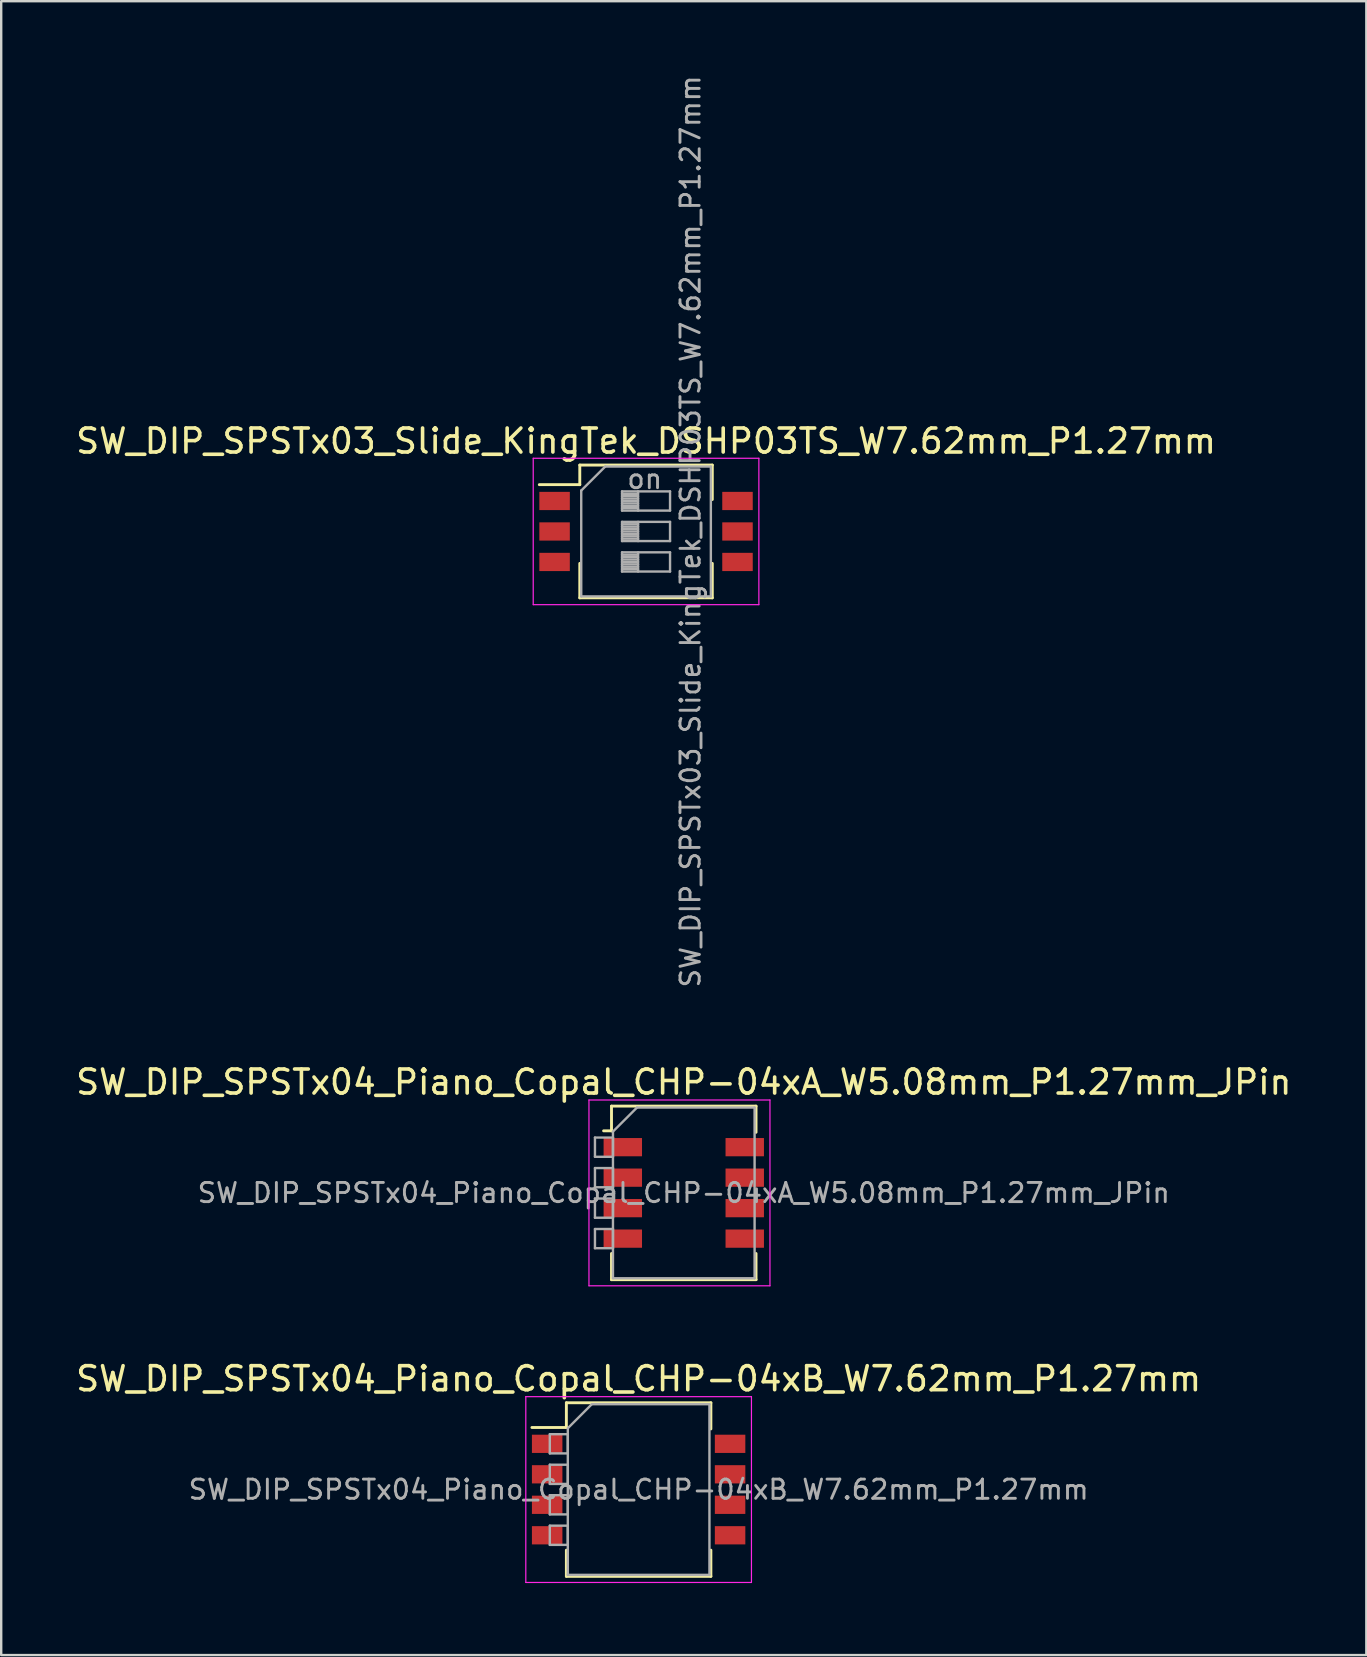
<source format=kicad_pcb>
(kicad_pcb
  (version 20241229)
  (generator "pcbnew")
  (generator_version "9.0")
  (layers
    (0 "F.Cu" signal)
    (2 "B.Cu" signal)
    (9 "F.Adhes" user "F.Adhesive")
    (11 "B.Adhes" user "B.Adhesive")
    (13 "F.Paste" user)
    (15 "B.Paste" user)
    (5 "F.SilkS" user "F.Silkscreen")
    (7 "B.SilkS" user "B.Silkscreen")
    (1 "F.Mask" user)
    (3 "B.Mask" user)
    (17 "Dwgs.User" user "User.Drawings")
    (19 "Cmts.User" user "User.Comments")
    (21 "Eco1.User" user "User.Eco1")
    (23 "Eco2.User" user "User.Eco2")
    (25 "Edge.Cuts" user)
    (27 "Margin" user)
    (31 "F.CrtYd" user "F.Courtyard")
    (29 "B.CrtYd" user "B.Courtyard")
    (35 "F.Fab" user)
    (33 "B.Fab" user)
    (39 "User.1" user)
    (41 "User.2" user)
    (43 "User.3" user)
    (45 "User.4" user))
  (footprint "SW_DIP_SPSTx04_Piano_Copal_CHP-04xA_W5.08mm_P1.27mm_JPin"
    (layer "F.Cu")
    (at 25.435 46.644)
    (property "Reference" "SW_DIP_SPSTx04_Piano_Copal_CHP-04xA_W5.08mm_P1.27mm_JPin" (at 0 -4.615 0) (layer "F.SilkS") (effects (font (size 1 1) (thickness 0.15))))
    (attr smd)
    (fp_line (start -3.34 -2.585) (end -3.011 -2.585) (stroke (width 0.12) (type solid)) (layer "F.SilkS"))
    (fp_line (start -3.011 -3.615) (end -3.011 -2.585) (stroke (width 0.12) (type solid)) (layer "F.SilkS"))
    (fp_line (start -3.011 -3.615) (end 3.01 -3.615) (stroke (width 0.12) (type solid)) (layer "F.SilkS"))
    (fp_line (start -3.011 2.525) (end -3.011 3.615) (stroke (width 0.12) (type solid)) (layer "F.SilkS"))
    (fp_line (start -3.011 3.615) (end 3.01 3.615) (stroke (width 0.12) (type solid)) (layer "F.SilkS"))
    (fp_line (start 3.01 -3.615) (end 3.01 -2.525) (stroke (width 0.12) (type solid)) (layer "F.SilkS"))
    (fp_line (start 3.01 2.525) (end 3.01 3.615) (stroke (width 0.12) (type solid)) (layer "F.SilkS"))
    (fp_line (start -3.95 -3.87) (end -3.95 3.87) (stroke (width 0.05) (type solid)) (layer "F.CrtYd"))
    (fp_line (start -3.95 3.87) (end 3.59 3.87) (stroke (width 0.05) (type solid)) (layer "F.CrtYd"))
    (fp_line (start 3.59 -3.87) (end -3.95 -3.87) (stroke (width 0.05) (type solid)) (layer "F.CrtYd"))
    (fp_line (start 3.59 3.87) (end 3.59 -3.87) (stroke (width 0.05) (type solid)) (layer "F.CrtYd"))
    (fp_line (start -3.7 -2.305) (end -2.95 -2.305) (stroke (width 0.1) (type solid)) (layer "F.Fab"))
    (fp_line (start -3.7 -1.505) (end -3.7 -2.305) (stroke (width 0.1) (type solid)) (layer "F.Fab"))
    (fp_line (start -3.7 -1.035) (end -2.95 -1.035) (stroke (width 0.1) (type solid)) (layer "F.Fab"))
    (fp_line (start -3.7 -0.235) (end -3.7 -1.035) (stroke (width 0.1) (type solid)) (layer "F.Fab"))
    (fp_line (start -3.7 0.235) (end -2.95 0.235) (stroke (width 0.1) (type solid)) (layer "F.Fab"))
    (fp_line (start -3.7 1.035) (end -3.7 0.235) (stroke (width 0.1) (type solid)) (layer "F.Fab"))
    (fp_line (start -3.7 1.505) (end -2.95 1.505) (stroke (width 0.1) (type solid)) (layer "F.Fab"))
    (fp_line (start -3.7 2.305) (end -3.7 1.505) (stroke (width 0.1) (type solid)) (layer "F.Fab"))
    (fp_line (start -2.95 -2.555) (end -1.95 -3.555) (stroke (width 0.1) (type solid)) (layer "F.Fab"))
    (fp_line (start -2.95 -2.305) (end -2.95 -1.505) (stroke (width 0.1) (type solid)) (layer "F.Fab"))
    (fp_line (start -2.95 -1.505) (end -3.7 -1.505) (stroke (width 0.1) (type solid)) (layer "F.Fab"))
    (fp_line (start -2.95 -1.035) (end -2.95 -0.235) (stroke (width 0.1) (type solid)) (layer "F.Fab"))
    (fp_line (start -2.95 -0.235) (end -3.7 -0.235) (stroke (width 0.1) (type solid)) (layer "F.Fab"))
    (fp_line (start -2.95 0.235) (end -2.95 1.035) (stroke (width 0.1) (type solid)) (layer "F.Fab"))
    (fp_line (start -2.95 1.035) (end -3.7 1.035) (stroke (width 0.1) (type solid)) (layer "F.Fab"))
    (fp_line (start -2.95 1.505) (end -2.95 2.305) (stroke (width 0.1) (type solid)) (layer "F.Fab"))
    (fp_line (start -2.95 2.305) (end -3.7 2.305) (stroke (width 0.1) (type solid)) (layer "F.Fab"))
    (fp_line (start -2.95 3.555) (end -2.95 -2.555) (stroke (width 0.1) (type solid)) (layer "F.Fab"))
    (fp_line (start -1.95 -3.555) (end 2.95 -3.555) (stroke (width 0.1) (type solid)) (layer "F.Fab"))
    (fp_line (start 2.95 -3.555) (end 2.95 3.555) (stroke (width 0.1) (type solid)) (layer "F.Fab"))
    (fp_line (start 2.95 3.555) (end -2.95 3.555) (stroke (width 0.1) (type solid)) (layer "F.Fab"))
    (fp_text user "${REFERENCE}" (at 0 0 0) (layer "F.Fab") (effects (font (size 0.8 0.8) (thickness 0.12))))
    (pad "1" smd rect (at -2.54 -1.905) (size 1.6 0.76) (layers "F.Cu" "F.Mask" "F.Paste"))
    (pad "2" smd rect (at -2.54 -0.635) (size 1.6 0.76) (layers "F.Cu" "F.Mask" "F.Paste"))
    (pad "3" smd rect (at -2.54 0.635) (size 1.6 0.76) (layers "F.Cu" "F.Mask" "F.Paste"))
    (pad "4" smd rect (at -2.54 1.905) (size 1.6 0.76) (layers "F.Cu" "F.Mask" "F.Paste"))
    (pad "5" smd rect (at 2.54 1.905) (size 1.6 0.76) (layers "F.Cu" "F.Mask" "F.Paste"))
    (pad "6" smd rect (at 2.54 0.635) (size 1.6 0.76) (layers "F.Cu" "F.Mask" "F.Paste"))
    (pad "7" smd rect (at 2.54 -0.635) (size 1.6 0.76) (layers "F.Cu" "F.Mask" "F.Paste"))
    (pad "8" smd rect (at 2.54 -1.905) (size 1.6 0.76) (layers "F.Cu" "F.Mask" "F.Paste")))
  (footprint "SW_DIP_SPSTx04_Piano_Copal_CHP-04xB_W7.62mm_P1.27mm"
    (layer "F.Cu")
    (at 23.554 59.002)
    (property "Reference" "SW_DIP_SPSTx04_Piano_Copal_CHP-04xB_W7.62mm_P1.27mm" (at 0 -4.615 0) (layer "F.SilkS") (effects (font (size 1 1) (thickness 0.15))))
    (attr smd)
    (fp_line (start -4.445 -2.585) (end -3.01 -2.585) (stroke (width 0.12) (type solid)) (layer "F.SilkS"))
    (fp_line (start -3.01 -3.615) (end -3.01 -2.585) (stroke (width 0.12) (type solid)) (layer "F.SilkS"))
    (fp_line (start -3.01 -3.615) (end 3.01 -3.615) (stroke (width 0.12) (type solid)) (layer "F.SilkS"))
    (fp_line (start -3.01 2.525) (end -3.01 3.615) (stroke (width 0.12) (type solid)) (layer "F.SilkS"))
    (fp_line (start -3.01 3.615) (end 3.01 3.615) (stroke (width 0.12) (type solid)) (layer "F.SilkS"))
    (fp_line (start 3.01 -3.615) (end 3.01 -2.525) (stroke (width 0.12) (type solid)) (layer "F.SilkS"))
    (fp_line (start 3.01 2.525) (end 3.01 3.615) (stroke (width 0.12) (type solid)) (layer "F.SilkS"))
    (fp_line (start -4.7 -3.87) (end -4.7 3.87) (stroke (width 0.05) (type solid)) (layer "F.CrtYd"))
    (fp_line (start -4.7 3.87) (end 4.7 3.87) (stroke (width 0.05) (type solid)) (layer "F.CrtYd"))
    (fp_line (start 4.7 -3.87) (end -4.7 -3.87) (stroke (width 0.05) (type solid)) (layer "F.CrtYd"))
    (fp_line (start 4.7 3.87) (end 4.7 -3.87) (stroke (width 0.05) (type solid)) (layer "F.CrtYd"))
    (fp_line (start -3.7 -2.305) (end -2.95 -2.305) (stroke (width 0.1) (type solid)) (layer "F.Fab"))
    (fp_line (start -3.7 -1.505) (end -3.7 -2.305) (stroke (width 0.1) (type solid)) (layer "F.Fab"))
    (fp_line (start -3.7 -1.035) (end -2.95 -1.035) (stroke (width 0.1) (type solid)) (layer "F.Fab"))
    (fp_line (start -3.7 -0.235) (end -3.7 -1.035) (stroke (width 0.1) (type solid)) (layer "F.Fab"))
    (fp_line (start -3.7 0.235) (end -2.95 0.235) (stroke (width 0.1) (type solid)) (layer "F.Fab"))
    (fp_line (start -3.7 1.035) (end -3.7 0.235) (stroke (width 0.1) (type solid)) (layer "F.Fab"))
    (fp_line (start -3.7 1.505) (end -2.95 1.505) (stroke (width 0.1) (type solid)) (layer "F.Fab"))
    (fp_line (start -3.7 2.305) (end -3.7 1.505) (stroke (width 0.1) (type solid)) (layer "F.Fab"))
    (fp_line (start -2.95 -2.555) (end -1.95 -3.555) (stroke (width 0.1) (type solid)) (layer "F.Fab"))
    (fp_line (start -2.95 -2.305) (end -2.95 -1.505) (stroke (width 0.1) (type solid)) (layer "F.Fab"))
    (fp_line (start -2.95 -1.505) (end -3.7 -1.505) (stroke (width 0.1) (type solid)) (layer "F.Fab"))
    (fp_line (start -2.95 -1.035) (end -2.95 -0.235) (stroke (width 0.1) (type solid)) (layer "F.Fab"))
    (fp_line (start -2.95 -0.235) (end -3.7 -0.235) (stroke (width 0.1) (type solid)) (layer "F.Fab"))
    (fp_line (start -2.95 0.235) (end -2.95 1.035) (stroke (width 0.1) (type solid)) (layer "F.Fab"))
    (fp_line (start -2.95 1.035) (end -3.7 1.035) (stroke (width 0.1) (type solid)) (layer "F.Fab"))
    (fp_line (start -2.95 1.505) (end -2.95 2.305) (stroke (width 0.1) (type solid)) (layer "F.Fab"))
    (fp_line (start -2.95 2.305) (end -3.7 2.305) (stroke (width 0.1) (type solid)) (layer "F.Fab"))
    (fp_line (start -2.95 3.555) (end -2.95 -2.555) (stroke (width 0.1) (type solid)) (layer "F.Fab"))
    (fp_line (start -1.95 -3.555) (end 2.95 -3.555) (stroke (width 0.1) (type solid)) (layer "F.Fab"))
    (fp_line (start 2.95 -3.555) (end 2.95 3.555) (stroke (width 0.1) (type solid)) (layer "F.Fab"))
    (fp_line (start 2.95 3.555) (end -2.95 3.555) (stroke (width 0.1) (type solid)) (layer "F.Fab"))
    (fp_text user "${REFERENCE}" (at 0 0 0) (layer "F.Fab") (effects (font (size 0.8 0.8) (thickness 0.12))))
    (pad "1" smd rect (at -3.81 -1.905) (size 1.27 0.76) (layers "F.Cu" "F.Mask" "F.Paste"))
    (pad "2" smd rect (at -3.81 -0.635) (size 1.27 0.76) (layers "F.Cu" "F.Mask" "F.Paste"))
    (pad "3" smd rect (at -3.81 0.635) (size 1.27 0.76) (layers "F.Cu" "F.Mask" "F.Paste"))
    (pad "4" smd rect (at -3.81 1.905) (size 1.27 0.76) (layers "F.Cu" "F.Mask" "F.Paste"))
    (pad "5" smd rect (at 3.81 1.905) (size 1.27 0.76) (layers "F.Cu" "F.Mask" "F.Paste"))
    (pad "6" smd rect (at 3.81 0.635) (size 1.27 0.76) (layers "F.Cu" "F.Mask" "F.Paste"))
    (pad "7" smd rect (at 3.81 -0.635) (size 1.27 0.76) (layers "F.Cu" "F.Mask" "F.Paste"))
    (pad "8" smd rect (at 3.81 -1.905) (size 1.27 0.76) (layers "F.Cu" "F.Mask" "F.Paste")))
  (footprint "SW_DIP_SPSTx03_Slide_KingTek_DSHP03TS_W7.62mm_P1.27mm"
    (layer "F.Cu")
    (at 23.863 19.09)
    (property "Reference" "SW_DIP_SPSTx03_Slide_KingTek_DSHP03TS_W7.62mm_P1.27mm" (at 0 -3.765 0) (layer "F.SilkS") (effects (font (size 1 1) (thickness 0.15))))
    (attr smd)
    (fp_line (start -4.446 -1.95) (end -2.76 -1.95) (stroke (width 0.12) (type solid)) (layer "F.SilkS"))
    (fp_line (start -2.76 -2.766) (end -2.76 -1.95) (stroke (width 0.12) (type solid)) (layer "F.SilkS"))
    (fp_line (start -2.76 -2.766) (end 2.76 -2.766) (stroke (width 0.12) (type solid)) (layer "F.SilkS"))
    (fp_line (start -2.76 1.33) (end -2.76 2.765) (stroke (width 0.12) (type solid)) (layer "F.SilkS"))
    (fp_line (start -2.76 2.765) (end 2.76 2.765) (stroke (width 0.12) (type solid)) (layer "F.SilkS"))
    (fp_line (start 2.76 -2.766) (end 2.76 -1.331) (stroke (width 0.12) (type solid)) (layer "F.SilkS"))
    (fp_line (start 2.76 1.33) (end 2.76 2.765) (stroke (width 0.12) (type solid)) (layer "F.SilkS"))
    (fp_line (start -4.7 -3.05) (end -4.7 3.05) (stroke (width 0.05) (type solid)) (layer "F.CrtYd"))
    (fp_line (start -4.7 3.05) (end 4.7 3.05) (stroke (width 0.05) (type solid)) (layer "F.CrtYd"))
    (fp_line (start 4.7 -3.05) (end -4.7 -3.05) (stroke (width 0.05) (type solid)) (layer "F.CrtYd"))
    (fp_line (start 4.7 3.05) (end 4.7 -3.05) (stroke (width 0.05) (type solid)) (layer "F.CrtYd"))
    (fp_line (start -2.7 -1.705) (end -1.7 -2.705) (stroke (width 0.1) (type solid)) (layer "F.Fab"))
    (fp_line (start -2.7 2.705) (end -2.7 -1.705) (stroke (width 0.1) (type solid)) (layer "F.Fab"))
    (fp_line (start -1.7 -2.705) (end 2.7 -2.705) (stroke (width 0.1) (type solid)) (layer "F.Fab"))
    (fp_line (start -1 -1.67) (end -1 -0.87) (stroke (width 0.1) (type solid)) (layer "F.Fab"))
    (fp_line (start -1 -1.57) (end -0.333 -1.57) (stroke (width 0.1) (type solid)) (layer "F.Fab"))
    (fp_line (start -1 -1.47) (end -0.333 -1.47) (stroke (width 0.1) (type solid)) (layer "F.Fab"))
    (fp_line (start -1 -1.37) (end -0.333 -1.37) (stroke (width 0.1) (type solid)) (layer "F.Fab"))
    (fp_line (start -1 -1.27) (end -0.333 -1.27) (stroke (width 0.1) (type solid)) (layer "F.Fab"))
    (fp_line (start -1 -1.17) (end -0.333 -1.17) (stroke (width 0.1) (type solid)) (layer "F.Fab"))
    (fp_line (start -1 -1.07) (end -0.333 -1.07) (stroke (width 0.1) (type solid)) (layer "F.Fab"))
    (fp_line (start -1 -0.97) (end -0.333 -0.97) (stroke (width 0.1) (type solid)) (layer "F.Fab"))
    (fp_line (start -1 -0.87) (end 1 -0.87) (stroke (width 0.1) (type solid)) (layer "F.Fab"))
    (fp_line (start -1 -0.4) (end -1 0.4) (stroke (width 0.1) (type solid)) (layer "F.Fab"))
    (fp_line (start -1 -0.3) (end -0.333 -0.3) (stroke (width 0.1) (type solid)) (layer "F.Fab"))
    (fp_line (start -1 -0.2) (end -0.333 -0.2) (stroke (width 0.1) (type solid)) (layer "F.Fab"))
    (fp_line (start -1 -0.1) (end -0.333 -0.1) (stroke (width 0.1) (type solid)) (layer "F.Fab"))
    (fp_line (start -1 0) (end -0.333 0) (stroke (width 0.1) (type solid)) (layer "F.Fab"))
    (fp_line (start -1 0.1) (end -0.333 0.1) (stroke (width 0.1) (type solid)) (layer "F.Fab"))
    (fp_line (start -1 0.2) (end -0.333 0.2) (stroke (width 0.1) (type solid)) (layer "F.Fab"))
    (fp_line (start -1 0.3) (end -0.333 0.3) (stroke (width 0.1) (type solid)) (layer "F.Fab"))
    (fp_line (start -1 0.4) (end 1 0.4) (stroke (width 0.1) (type solid)) (layer "F.Fab"))
    (fp_line (start -1 0.87) (end -1 1.67) (stroke (width 0.1) (type solid)) (layer "F.Fab"))
    (fp_line (start -1 0.97) (end -0.333 0.97) (stroke (width 0.1) (type solid)) (layer "F.Fab"))
    (fp_line (start -1 1.07) (end -0.333 1.07) (stroke (width 0.1) (type solid)) (layer "F.Fab"))
    (fp_line (start -1 1.17) (end -0.333 1.17) (stroke (width 0.1) (type solid)) (layer "F.Fab"))
    (fp_line (start -1 1.27) (end -0.333 1.27) (stroke (width 0.1) (type solid)) (layer "F.Fab"))
    (fp_line (start -1 1.37) (end -0.333 1.37) (stroke (width 0.1) (type solid)) (layer "F.Fab"))
    (fp_line (start -1 1.47) (end -0.333 1.47) (stroke (width 0.1) (type solid)) (layer "F.Fab"))
    (fp_line (start -1 1.57) (end -0.333 1.57) (stroke (width 0.1) (type solid)) (layer "F.Fab"))
    (fp_line (start -1 1.67) (end 1 1.67) (stroke (width 0.1) (type solid)) (layer "F.Fab"))
    (fp_line (start -0.333 -1.67) (end -0.333 -0.87) (stroke (width 0.1) (type solid)) (layer "F.Fab"))
    (fp_line (start -0.333 -0.4) (end -0.333 0.4) (stroke (width 0.1) (type solid)) (layer "F.Fab"))
    (fp_line (start -0.333 0.87) (end -0.333 1.67) (stroke (width 0.1) (type solid)) (layer "F.Fab"))
    (fp_line (start 1 -1.67) (end -1 -1.67) (stroke (width 0.1) (type solid)) (layer "F.Fab"))
    (fp_line (start 1 -0.87) (end 1 -1.67) (stroke (width 0.1) (type solid)) (layer "F.Fab"))
    (fp_line (start 1 -0.4) (end -1 -0.4) (stroke (width 0.1) (type solid)) (layer "F.Fab"))
    (fp_line (start 1 0.4) (end 1 -0.4) (stroke (width 0.1) (type solid)) (layer "F.Fab"))
    (fp_line (start 1 0.87) (end -1 0.87) (stroke (width 0.1) (type solid)) (layer "F.Fab"))
    (fp_line (start 1 1.67) (end 1 0.87) (stroke (width 0.1) (type solid)) (layer "F.Fab"))
    (fp_line (start 2.7 -2.705) (end 2.7 2.705) (stroke (width 0.1) (type solid)) (layer "F.Fab"))
    (fp_line (start 2.7 2.705) (end -2.7 2.705) (stroke (width 0.1) (type solid)) (layer "F.Fab"))
    (fp_text user "on" (at -0.055 -2.188 0) (layer "F.Fab") (effects (font (size 0.8 0.8) (thickness 0.12))))
    (fp_text user "${REFERENCE}" (at 1.85 0 90) (layer "F.Fab") (effects (font (size 0.8 0.8) (thickness 0.12))))
    (pad "1" smd rect (at -3.81 -1.27) (size 1.27 0.76) (layers "F.Cu" "F.Mask" "F.Paste"))
    (pad "2" smd rect (at -3.81 0) (size 1.27 0.76) (layers "F.Cu" "F.Mask" "F.Paste"))
    (pad "3" smd rect (at -3.81 1.27) (size 1.27 0.76) (layers "F.Cu" "F.Mask" "F.Paste"))
    (pad "4" smd rect (at 3.81 1.27) (size 1.27 0.76) (layers "F.Cu" "F.Mask" "F.Paste"))
    (pad "5" smd rect (at 3.81 0) (size 1.27 0.76) (layers "F.Cu" "F.Mask" "F.Paste"))
    (pad "6" smd rect (at 3.81 -1.27) (size 1.27 0.76) (layers "F.Cu" "F.Mask" "F.Paste")))
  (gr_rect
    (start -3 -3)
    (end 53.869 65.897)
    (stroke (width 0.1) (type default))
    (fill no)
    (layer "Edge.Cuts")))
</source>
